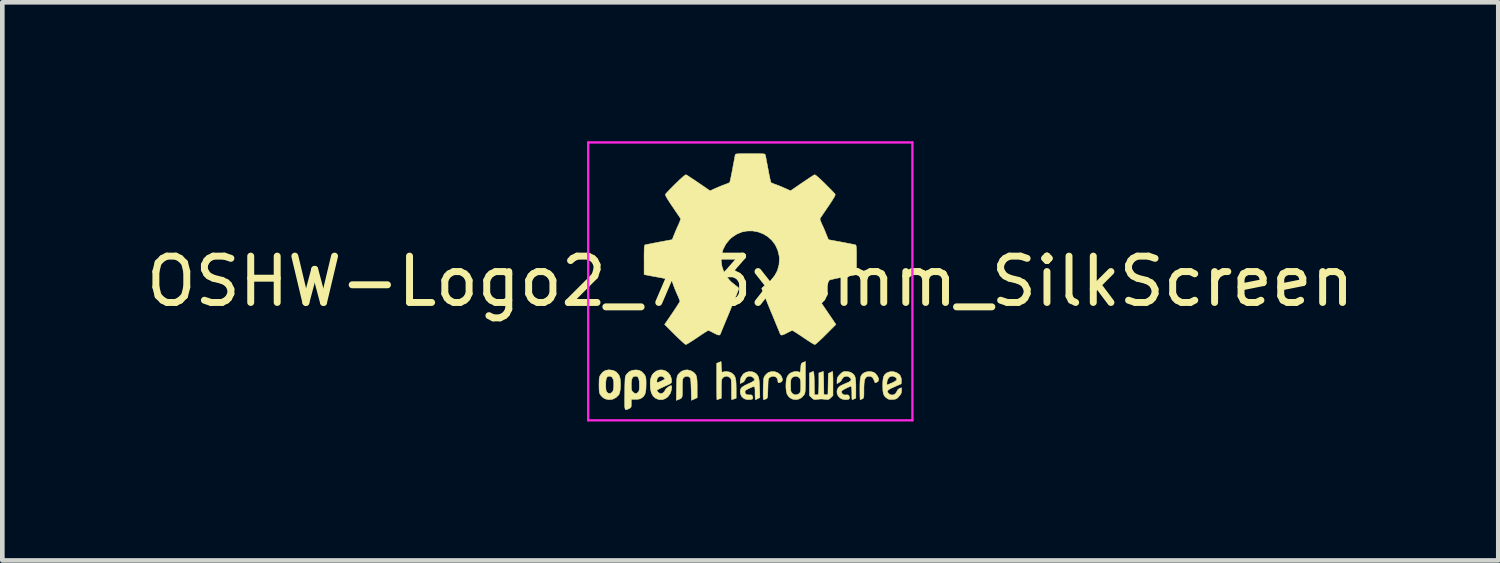
<source format=kicad_pcb>
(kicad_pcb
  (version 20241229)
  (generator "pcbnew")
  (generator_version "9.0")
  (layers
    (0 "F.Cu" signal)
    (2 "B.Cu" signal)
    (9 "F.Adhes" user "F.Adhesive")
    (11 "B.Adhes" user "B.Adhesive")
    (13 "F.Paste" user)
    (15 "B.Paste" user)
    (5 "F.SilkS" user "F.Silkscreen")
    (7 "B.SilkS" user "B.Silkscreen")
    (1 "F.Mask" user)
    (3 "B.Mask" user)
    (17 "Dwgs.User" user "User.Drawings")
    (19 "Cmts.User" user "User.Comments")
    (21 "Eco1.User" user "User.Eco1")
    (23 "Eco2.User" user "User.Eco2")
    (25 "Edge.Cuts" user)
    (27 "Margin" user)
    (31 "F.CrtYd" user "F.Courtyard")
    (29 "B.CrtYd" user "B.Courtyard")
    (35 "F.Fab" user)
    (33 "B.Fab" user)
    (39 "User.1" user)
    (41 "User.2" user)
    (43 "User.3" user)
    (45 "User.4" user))
  (footprint "OSHW-Logo2_7.3x6mm_SilkScreen"
    (layer "F.Cu")
    (at 13.149 3.025)
    (property "Reference" "OSHW-Logo2_7.3x6mm_SilkScreen" (at 0 0 0) (layer "F.SilkS") (effects (font (size 1 1) (thickness 0.15))))
    (attr board_only exclude_from_pos_files exclude_from_bom)
    (fp_poly (pts (xy 2.653 1.959) (xy 2.67 1.966) (xy 2.711 1.999) (xy 2.747 2.047) (xy 2.769 2.097) (xy 2.772 2.122) (xy 2.76 2.157) (xy 2.734 2.175) (xy 2.706 2.187) (xy 2.693 2.189) (xy 2.687 2.174) (xy 2.674 2.141) (xy 2.669 2.127) (xy 2.639 2.076) (xy 2.595 2.05) (xy 2.538 2.051) (xy 2.534 2.052) (xy 2.504 2.067) (xy 2.481 2.094) (xy 2.466 2.139) (xy 2.457 2.205) (xy 2.453 2.294) (xy 2.453 2.341) (xy 2.453 2.416) (xy 2.452 2.467) (xy 2.448 2.499) (xy 2.442 2.518) (xy 2.432 2.529) (xy 2.417 2.537) (xy 2.416 2.538) (xy 2.387 2.55) (xy 2.372 2.555) (xy 2.37 2.541) (xy 2.368 2.503) (xy 2.367 2.446) (xy 2.366 2.374) (xy 2.366 2.322) (xy 2.367 2.22) (xy 2.37 2.143) (xy 2.377 2.086) (xy 2.389 2.045) (xy 2.407 2.014) (xy 2.432 1.99) (xy 2.457 1.973) (xy 2.517 1.951) (xy 2.587 1.946) (xy 2.653 1.959)) (stroke (width 0.01) (type solid)) (fill yes) (layer "F.SilkS"))
    (fp_poly (pts (xy -1.284 1.928) (xy -1.237 1.955) (xy -1.205 1.981) (xy -1.181 2.009) (xy -1.165 2.044) (xy -1.155 2.089) (xy -1.149 2.151) (xy -1.147 2.234) (xy -1.147 2.293) (xy -1.147 2.512) (xy -1.208 2.54) (xy -1.27 2.568) (xy -1.277 2.328) (xy -1.28 2.238) (xy -1.283 2.173) (xy -1.287 2.128) (xy -1.293 2.099) (xy -1.3 2.081) (xy -1.31 2.07) (xy -1.313 2.067) (xy -1.36 2.048) (xy -1.408 2.056) (xy -1.437 2.076) (xy -1.449 2.09) (xy -1.457 2.108) (xy -1.462 2.136) (xy -1.465 2.179) (xy -1.466 2.242) (xy -1.466 2.307) (xy -1.466 2.389) (xy -1.467 2.447) (xy -1.472 2.486) (xy -1.482 2.512) (xy -1.499 2.528) (xy -1.525 2.541) (xy -1.56 2.554) (xy -1.598 2.569) (xy -1.594 2.311) (xy -1.592 2.219) (xy -1.59 2.15) (xy -1.587 2.101) (xy -1.582 2.066) (xy -1.575 2.042) (xy -1.566 2.022) (xy -1.554 2.005) (xy -1.499 1.95) (xy -1.431 1.918) (xy -1.357 1.91) (xy -1.284 1.928)) (stroke (width 0.01) (type solid)) (fill yes) (layer "F.SilkS"))
    (fp_poly (pts (xy 0.53 1.95) (xy 0.596 1.974) (xy 0.649 2.017) (xy 0.67 2.047) (xy 0.693 2.103) (xy 0.692 2.143) (xy 0.669 2.17) (xy 0.66 2.175) (xy 0.622 2.189) (xy 0.602 2.185) (xy 0.595 2.161) (xy 0.595 2.148) (xy 0.583 2.099) (xy 0.551 2.065) (xy 0.508 2.048) (xy 0.459 2.053) (xy 0.419 2.074) (xy 0.405 2.087) (xy 0.396 2.101) (xy 0.389 2.124) (xy 0.385 2.159) (xy 0.383 2.212) (xy 0.381 2.288) (xy 0.38 2.312) (xy 0.378 2.394) (xy 0.376 2.451) (xy 0.372 2.49) (xy 0.367 2.513) (xy 0.359 2.526) (xy 0.347 2.535) (xy 0.339 2.538) (xy 0.307 2.55) (xy 0.288 2.555) (xy 0.282 2.541) (xy 0.278 2.5) (xy 0.277 2.431) (xy 0.278 2.334) (xy 0.278 2.319) (xy 0.28 2.23) (xy 0.283 2.165) (xy 0.286 2.119) (xy 0.292 2.087) (xy 0.3 2.064) (xy 0.311 2.044) (xy 0.317 2.035) (xy 0.35 1.998) (xy 0.388 1.969) (xy 0.392 1.966) (xy 0.459 1.946) (xy 0.53 1.95)) (stroke (width 0.01) (type solid)) (fill yes) (layer "F.SilkS"))
    (fp_poly (pts (xy -0.624 1.851) (xy -0.62 1.911) (xy -0.615 1.946) (xy -0.608 1.961) (xy -0.598 1.961) (xy -0.595 1.959) (xy -0.552 1.946) (xy -0.497 1.947) (xy -0.44 1.96) (xy -0.405 1.978) (xy -0.369 2.006) (xy -0.342 2.038) (xy -0.324 2.078) (xy -0.313 2.132) (xy -0.307 2.204) (xy -0.305 2.299) (xy -0.305 2.317) (xy -0.305 2.523) (xy -0.351 2.539) (xy -0.383 2.549) (xy -0.401 2.554) (xy -0.401 2.555) (xy -0.403 2.541) (xy -0.405 2.503) (xy -0.406 2.446) (xy -0.406 2.375) (xy -0.406 2.332) (xy -0.407 2.247) (xy -0.408 2.186) (xy -0.41 2.144) (xy -0.415 2.117) (xy -0.422 2.098) (xy -0.433 2.085) (xy -0.44 2.078) (xy -0.487 2.051) (xy -0.538 2.049) (xy -0.584 2.072) (xy -0.593 2.08) (xy -0.605 2.095) (xy -0.614 2.114) (xy -0.619 2.14) (xy -0.622 2.18) (xy -0.624 2.238) (xy -0.624 2.318) (xy -0.624 2.523) (xy -0.67 2.539) (xy -0.702 2.549) (xy -0.72 2.554) (xy -0.721 2.555) (xy -0.722 2.541) (xy -0.723 2.501) (xy -0.724 2.441) (xy -0.725 2.362) (xy -0.726 2.269) (xy -0.726 2.167) (xy -0.726 1.769) (xy -0.679 1.749) (xy -0.631 1.73) (xy -0.624 1.851)) (stroke (width 0.01) (type solid)) (fill yes) (layer "F.SilkS"))
    (fp_poly (pts (xy 1.78 1.959) (xy 1.782 1.997) (xy 1.784 2.055) (xy 1.785 2.128) (xy 1.785 2.205) (xy 1.785 2.465) (xy 1.739 2.511) (xy 1.708 2.539) (xy 1.68 2.551) (xy 1.642 2.55) (xy 1.627 2.548) (xy 1.58 2.543) (xy 1.541 2.54) (xy 1.531 2.54) (xy 1.499 2.541) (xy 1.453 2.546) (xy 1.436 2.548) (xy 1.392 2.552) (xy 1.363 2.544) (xy 1.334 2.521) (xy 1.323 2.511) (xy 1.277 2.465) (xy 1.277 1.979) (xy 1.314 1.962) (xy 1.346 1.949) (xy 1.365 1.945) (xy 1.369 1.959) (xy 1.374 1.997) (xy 1.378 2.056) (xy 1.381 2.132) (xy 1.382 2.195) (xy 1.386 2.446) (xy 1.421 2.451) (xy 1.452 2.447) (xy 1.468 2.436) (xy 1.472 2.415) (xy 1.476 2.371) (xy 1.478 2.309) (xy 1.48 2.235) (xy 1.48 2.197) (xy 1.48 1.977) (xy 1.526 1.961) (xy 1.559 1.95) (xy 1.576 1.945) (xy 1.577 1.945) (xy 1.578 1.959) (xy 1.58 1.997) (xy 1.582 2.054) (xy 1.584 2.127) (xy 1.585 2.195) (xy 1.589 2.446) (xy 1.676 2.446) (xy 1.68 2.217) (xy 1.684 1.989) (xy 1.727 1.967) (xy 1.758 1.952) (xy 1.777 1.945) (xy 1.777 1.945) (xy 1.78 1.959)) (stroke (width 0.01) (type solid)) (fill yes) (layer "F.SilkS"))
    (fp_poly (pts (xy -2.959 1.922) (xy -2.891 1.958) (xy -2.841 2.015) (xy -2.823 2.052) (xy -2.809 2.108) (xy -2.802 2.178) (xy -2.801 2.255) (xy -2.807 2.33) (xy -2.818 2.394) (xy -2.834 2.441) (xy -2.839 2.449) (xy -2.9 2.509) (xy -2.971 2.545) (xy -3.049 2.555) (xy -3.127 2.539) (xy -3.149 2.529) (xy -3.192 2.499) (xy -3.229 2.459) (xy -3.233 2.454) (xy -3.247 2.43) (xy -3.257 2.404) (xy -3.262 2.37) (xy -3.265 2.321) (xy -3.266 2.251) (xy -3.266 2.235) (xy -3.266 2.23) (xy -3.121 2.23) (xy -3.12 2.296) (xy -3.116 2.34) (xy -3.109 2.369) (xy -3.098 2.388) (xy -3.092 2.395) (xy -3.057 2.42) (xy -3.023 2.419) (xy -2.989 2.397) (xy -2.969 2.374) (xy -2.957 2.34) (xy -2.95 2.288) (xy -2.949 2.281) (xy -2.948 2.186) (xy -2.96 2.114) (xy -2.985 2.068) (xy -3.023 2.048) (xy -3.037 2.047) (xy -3.073 2.052) (xy -3.097 2.072) (xy -3.112 2.109) (xy -3.119 2.168) (xy -3.121 2.23) (xy -3.266 2.23) (xy -3.265 2.16) (xy -3.263 2.108) (xy -3.258 2.072) (xy -3.249 2.045) (xy -3.236 2.022) (xy -3.233 2.017) (xy -3.184 1.958) (xy -3.13 1.924) (xy -3.064 1.91) (xy -3.042 1.91) (xy -2.959 1.922)) (stroke (width 0.01) (type solid)) (fill yes) (layer "F.SilkS"))
    (fp_poly (pts (xy 3.154 1.967) (xy 3.211 2.004) (xy 3.239 2.038) (xy 3.261 2.099) (xy 3.262 2.147) (xy 3.258 2.212) (xy 3.11 2.277) (xy 3.037 2.31) (xy 2.99 2.337) (xy 2.966 2.36) (xy 2.961 2.383) (xy 2.975 2.407) (xy 2.99 2.424) (xy 3.034 2.45) (xy 3.081 2.452) (xy 3.125 2.432) (xy 3.157 2.391) (xy 3.163 2.376) (xy 3.191 2.331) (xy 3.222 2.312) (xy 3.266 2.296) (xy 3.266 2.358) (xy 3.262 2.4) (xy 3.247 2.436) (xy 3.215 2.477) (xy 3.211 2.482) (xy 3.176 2.519) (xy 3.145 2.538) (xy 3.108 2.547) (xy 3.076 2.55) (xy 3.02 2.551) (xy 2.981 2.542) (xy 2.956 2.528) (xy 2.917 2.497) (xy 2.89 2.465) (xy 2.873 2.423) (xy 2.863 2.368) (xy 2.86 2.291) (xy 2.859 2.253) (xy 2.86 2.206) (xy 2.948 2.206) (xy 2.949 2.231) (xy 2.952 2.235) (xy 2.968 2.23) (xy 3.004 2.215) (xy 3.052 2.194) (xy 3.062 2.19) (xy 3.123 2.159) (xy 3.157 2.132) (xy 3.164 2.106) (xy 3.146 2.08) (xy 3.132 2.069) (xy 3.079 2.046) (xy 3.03 2.05) (xy 2.989 2.078) (xy 2.961 2.127) (xy 2.952 2.166) (xy 2.948 2.206) (xy 2.86 2.206) (xy 2.861 2.162) (xy 2.868 2.095) (xy 2.882 2.047) (xy 2.904 2.011) (xy 2.937 1.983) (xy 2.951 1.973) (xy 3.015 1.95) (xy 3.085 1.948) (xy 3.154 1.967)) (stroke (width 0.01) (type solid)) (fill yes) (layer "F.SilkS"))
    (fp_poly (pts (xy 1.19 2.065) (xy 1.19 2.174) (xy 1.189 2.257) (xy 1.188 2.32) (xy 1.185 2.365) (xy 1.181 2.397) (xy 1.175 2.421) (xy 1.167 2.439) (xy 1.161 2.449) (xy 1.112 2.506) (xy 1.049 2.541) (xy 0.98 2.554) (xy 0.911 2.542) (xy 0.869 2.522) (xy 0.826 2.485) (xy 0.796 2.441) (xy 0.779 2.383) (xy 0.77 2.306) (xy 0.769 2.25) (xy 0.769 2.246) (xy 0.871 2.246) (xy 0.871 2.311) (xy 0.874 2.354) (xy 0.881 2.382) (xy 0.893 2.402) (xy 0.906 2.417) (xy 0.953 2.447) (xy 1.004 2.449) (xy 1.051 2.425) (xy 1.055 2.421) (xy 1.071 2.404) (xy 1.081 2.383) (xy 1.086 2.352) (xy 1.088 2.305) (xy 1.089 2.252) (xy 1.088 2.185) (xy 1.085 2.141) (xy 1.078 2.112) (xy 1.066 2.091) (xy 1.057 2.08) (xy 1.013 2.052) (xy 0.962 2.049) (xy 0.914 2.07) (xy 0.904 2.078) (xy 0.889 2.096) (xy 0.879 2.117) (xy 0.873 2.148) (xy 0.871 2.196) (xy 0.871 2.246) (xy 0.769 2.246) (xy 0.773 2.159) (xy 0.785 2.09) (xy 0.807 2.039) (xy 0.842 1.998) (xy 0.869 1.978) (xy 0.919 1.956) (xy 0.976 1.945) (xy 1.03 1.948) (xy 1.06 1.959) (xy 1.071 1.962) (xy 1.079 1.951) (xy 1.084 1.919) (xy 1.089 1.871) (xy 1.093 1.817) (xy 1.099 1.784) (xy 1.111 1.766) (xy 1.131 1.754) (xy 1.143 1.748) (xy 1.19 1.729) (xy 1.19 2.065)) (stroke (width 0.01) (type solid)) (fill yes) (layer "F.SilkS"))
    (fp_poly (pts (xy -1.832 1.931) (xy -1.774 1.97) (xy -1.73 2.025) (xy -1.704 2.096) (xy -1.698 2.148) (xy -1.699 2.17) (xy -1.704 2.187) (xy -1.718 2.201) (xy -1.745 2.218) (xy -1.79 2.239) (xy -1.857 2.269) (xy -1.858 2.27) (xy -1.92 2.298) (xy -1.97 2.323) (xy -2.005 2.342) (xy -2.017 2.353) (xy -2.017 2.353) (xy -2.006 2.376) (xy -1.98 2.402) (xy -1.949 2.42) (xy -1.934 2.424) (xy -1.891 2.411) (xy -1.855 2.379) (xy -1.837 2.345) (xy -1.82 2.319) (xy -1.787 2.29) (xy -1.748 2.264) (xy -1.713 2.25) (xy -1.706 2.25) (xy -1.698 2.262) (xy -1.697 2.294) (xy -1.703 2.337) (xy -1.715 2.383) (xy -1.73 2.423) (xy -1.731 2.424) (xy -1.777 2.489) (xy -1.837 2.533) (xy -1.906 2.555) (xy -1.976 2.552) (xy -2.044 2.524) (xy -2.047 2.522) (xy -2.101 2.473) (xy -2.136 2.41) (xy -2.155 2.327) (xy -2.158 2.304) (xy -2.162 2.194) (xy -2.157 2.143) (xy -2.017 2.143) (xy -2.016 2.175) (xy -2.006 2.184) (xy -1.981 2.177) (xy -1.942 2.161) (xy -1.899 2.14) (xy -1.898 2.139) (xy -1.861 2.12) (xy -1.846 2.107) (xy -1.85 2.093) (xy -1.865 2.076) (xy -1.904 2.05) (xy -1.946 2.048) (xy -1.984 2.067) (xy -2.01 2.103) (xy -2.017 2.143) (xy -2.157 2.143) (xy -2.153 2.106) (xy -2.128 2.036) (xy -2.095 1.987) (xy -2.033 1.938) (xy -1.966 1.913) (xy -1.897 1.912) (xy -1.832 1.931)) (stroke (width 0.01) (type solid)) (fill yes) (layer "F.SilkS"))
    (fp_poly (pts (xy 0.04 1.951) (xy 0.097 1.972) (xy 0.097 1.972) (xy 0.132 1.998) (xy 0.158 2.029) (xy 0.177 2.068) (xy 0.189 2.121) (xy 0.196 2.194) (xy 0.2 2.289) (xy 0.201 2.303) (xy 0.206 2.509) (xy 0.162 2.532) (xy 0.13 2.547) (xy 0.11 2.554) (xy 0.11 2.555) (xy 0.106 2.541) (xy 0.104 2.505) (xy 0.102 2.451) (xy 0.102 2.408) (xy 0.102 2.339) (xy 0.098 2.295) (xy 0.087 2.274) (xy 0.064 2.273) (xy 0.022 2.289) (xy -0.04 2.318) (xy -0.086 2.342) (xy -0.109 2.363) (xy -0.116 2.386) (xy -0.116 2.387) (xy -0.105 2.426) (xy -0.071 2.447) (xy -0.019 2.451) (xy 0.018 2.45) (xy 0.038 2.461) (xy 0.05 2.487) (xy 0.057 2.519) (xy 0.047 2.538) (xy 0.043 2.541) (xy 0.007 2.551) (xy -0.043 2.553) (xy -0.095 2.546) (xy -0.132 2.533) (xy -0.183 2.49) (xy -0.212 2.429) (xy -0.218 2.382) (xy -0.213 2.34) (xy -0.198 2.305) (xy -0.166 2.275) (xy -0.115 2.244) (xy -0.041 2.209) (xy -0.036 2.207) (xy 0.031 2.176) (xy 0.072 2.151) (xy 0.09 2.128) (xy 0.086 2.105) (xy 0.063 2.078) (xy 0.056 2.072) (xy 0.009 2.048) (xy -0.04 2.049) (xy -0.082 2.072) (xy -0.111 2.116) (xy -0.113 2.124) (xy -0.139 2.165) (xy -0.171 2.185) (xy -0.218 2.205) (xy -0.218 2.154) (xy -0.204 2.08) (xy -0.161 2.012) (xy -0.139 1.99) (xy -0.089 1.961) (xy -0.026 1.947) (xy 0.04 1.951)) (stroke (width 0.01) (type solid)) (fill yes) (layer "F.SilkS"))
    (fp_poly (pts (xy -2.4 1.92) (xy -2.345 1.948) (xy -2.296 1.998) (xy -2.282 2.017) (xy -2.268 2.042) (xy -2.258 2.069) (xy -2.253 2.105) (xy -2.25 2.156) (xy -2.25 2.224) (xy -2.252 2.318) (xy -2.261 2.388) (xy -2.277 2.44) (xy -2.303 2.48) (xy -2.34 2.513) (xy -2.342 2.515) (xy -2.379 2.535) (xy -2.422 2.545) (xy -2.478 2.547) (xy -2.569 2.547) (xy -2.569 2.635) (xy -2.57 2.684) (xy -2.575 2.713) (xy -2.588 2.73) (xy -2.614 2.745) (xy -2.62 2.748) (xy -2.649 2.762) (xy -2.672 2.77) (xy -2.688 2.771) (xy -2.7 2.761) (xy -2.707 2.737) (xy -2.712 2.696) (xy -2.713 2.636) (xy -2.713 2.553) (xy -2.712 2.445) (xy -2.711 2.413) (xy -2.71 2.302) (xy -2.709 2.229) (xy -2.569 2.229) (xy -2.568 2.29) (xy -2.565 2.331) (xy -2.557 2.358) (xy -2.543 2.378) (xy -2.533 2.388) (xy -2.495 2.418) (xy -2.46 2.42) (xy -2.425 2.396) (xy -2.424 2.395) (xy -2.409 2.376) (xy -2.401 2.351) (xy -2.396 2.312) (xy -2.395 2.252) (xy -2.395 2.238) (xy -2.398 2.156) (xy -2.409 2.099) (xy -2.429 2.064) (xy -2.458 2.048) (xy -2.476 2.047) (xy -2.516 2.054) (xy -2.544 2.078) (xy -2.561 2.123) (xy -2.568 2.191) (xy -2.569 2.229) (xy -2.709 2.229) (xy -2.708 2.215) (xy -2.706 2.15) (xy -2.704 2.103) (xy -2.7 2.069) (xy -2.694 2.045) (xy -2.687 2.028) (xy -2.677 2.012) (xy -2.673 2.006) (xy -2.619 1.951) (xy -2.55 1.92) (xy -2.47 1.911) (xy -2.4 1.92)) (stroke (width 0.01) (type solid)) (fill yes) (layer "F.SilkS"))
    (fp_poly (pts (xy 2.145 1.956) (xy 2.187 1.975) (xy 2.219 1.998) (xy 2.244 2.024) (xy 2.26 2.057) (xy 2.271 2.103) (xy 2.276 2.165) (xy 2.279 2.249) (xy 2.279 2.305) (xy 2.279 2.521) (xy 2.242 2.538) (xy 2.213 2.55) (xy 2.198 2.555) (xy 2.195 2.541) (xy 2.193 2.505) (xy 2.192 2.452) (xy 2.192 2.409) (xy 2.19 2.348) (xy 2.187 2.3) (xy 2.182 2.271) (xy 2.178 2.264) (xy 2.153 2.271) (xy 2.112 2.287) (xy 2.066 2.309) (xy 2.021 2.333) (xy 1.986 2.355) (xy 1.97 2.37) (xy 1.97 2.37) (xy 1.971 2.397) (xy 1.984 2.423) (xy 2.006 2.444) (xy 2.038 2.451) (xy 2.065 2.451) (xy 2.104 2.45) (xy 2.124 2.459) (xy 2.136 2.483) (xy 2.138 2.488) (xy 2.143 2.522) (xy 2.129 2.543) (xy 2.092 2.552) (xy 2.052 2.554) (xy 1.981 2.541) (xy 1.943 2.521) (xy 1.898 2.476) (xy 1.873 2.42) (xy 1.871 2.361) (xy 1.892 2.306) (xy 1.923 2.271) (xy 1.953 2.252) (xy 2.002 2.228) (xy 2.058 2.203) (xy 2.068 2.199) (xy 2.13 2.172) (xy 2.166 2.148) (xy 2.177 2.124) (xy 2.167 2.097) (xy 2.148 2.076) (xy 2.104 2.05) (xy 2.056 2.048) (xy 2.012 2.068) (xy 1.981 2.108) (xy 1.977 2.118) (xy 1.952 2.156) (xy 1.917 2.184) (xy 1.872 2.207) (xy 1.872 2.141) (xy 1.875 2.102) (xy 1.886 2.07) (xy 1.911 2.036) (xy 1.935 2.01) (xy 1.972 1.974) (xy 2.001 1.954) (xy 2.033 1.946) (xy 2.068 1.945) (xy 2.145 1.956)) (stroke (width 0.01) (type solid)) (fill yes) (layer "F.SilkS"))
    (fp_poly (pts (xy 0.104 -2.758) (xy 0.182 -2.757) (xy 0.239 -2.756) (xy 0.278 -2.754) (xy 0.303 -2.75) (xy 0.316 -2.744) (xy 0.323 -2.737) (xy 0.326 -2.726) (xy 0.327 -2.725) (xy 0.332 -2.701) (xy 0.341 -2.653) (xy 0.353 -2.587) (xy 0.368 -2.508) (xy 0.385 -2.42) (xy 0.385 -2.417) (xy 0.401 -2.331) (xy 0.417 -2.255) (xy 0.43 -2.194) (xy 0.44 -2.152) (xy 0.446 -2.133) (xy 0.447 -2.133) (xy 0.465 -2.124) (xy 0.502 -2.109) (xy 0.551 -2.091) (xy 0.552 -2.091) (xy 0.613 -2.068) (xy 0.686 -2.038) (xy 0.754 -2.008) (xy 0.757 -2.007) (xy 0.869 -1.956) (xy 1.115 -2.125) (xy 1.191 -2.176) (xy 1.26 -2.222) (xy 1.317 -2.26) (xy 1.359 -2.287) (xy 1.383 -2.301) (xy 1.385 -2.302) (xy 1.402 -2.298) (xy 1.434 -2.275) (xy 1.481 -2.235) (xy 1.546 -2.174) (xy 1.612 -2.11) (xy 1.676 -2.046) (xy 1.733 -1.989) (xy 1.78 -1.94) (xy 1.814 -1.904) (xy 1.83 -1.884) (xy 1.831 -1.883) (xy 1.833 -1.869) (xy 1.826 -1.847) (xy 1.809 -1.814) (xy 1.779 -1.765) (xy 1.737 -1.699) (xy 1.679 -1.614) (xy 1.629 -1.54) (xy 1.583 -1.473) (xy 1.546 -1.417) (xy 1.519 -1.378) (xy 1.506 -1.357) (xy 1.505 -1.356) (xy 1.507 -1.336) (xy 1.519 -1.298) (xy 1.54 -1.248) (xy 1.547 -1.232) (xy 1.58 -1.162) (xy 1.614 -1.082) (xy 1.642 -1.012) (xy 1.663 -0.961) (xy 1.679 -0.922) (xy 1.688 -0.901) (xy 1.689 -0.9) (xy 1.706 -0.897) (xy 1.746 -0.89) (xy 1.804 -0.879) (xy 1.875 -0.866) (xy 1.952 -0.852) (xy 2.032 -0.837) (xy 2.107 -0.822) (xy 2.174 -0.809) (xy 2.227 -0.799) (xy 2.26 -0.792) (xy 2.268 -0.79) (xy 2.276 -0.785) (xy 2.283 -0.774) (xy 2.287 -0.754) (xy 2.29 -0.72) (xy 2.292 -0.67) (xy 2.293 -0.599) (xy 2.293 -0.504) (xy 2.293 -0.465) (xy 2.293 -0.147) (xy 2.217 -0.132) (xy 2.175 -0.124) (xy 2.111 -0.112) (xy 2.035 -0.098) (xy 1.953 -0.083) (xy 1.93 -0.079) (xy 1.855 -0.064) (xy 1.789 -0.049) (xy 1.738 -0.037) (xy 1.709 -0.027) (xy 1.704 -0.024) (xy 1.691 -0.003) (xy 1.674 0.038) (xy 1.655 0.09) (xy 1.651 0.102) (xy 1.625 0.172) (xy 1.594 0.25) (xy 1.563 0.321) (xy 1.563 0.322) (xy 1.511 0.433) (xy 1.68 0.681) (xy 1.849 0.93) (xy 1.632 1.147) (xy 1.567 1.212) (xy 1.507 1.269) (xy 1.456 1.315) (xy 1.418 1.348) (xy 1.396 1.363) (xy 1.392 1.364) (xy 1.374 1.356) (xy 1.335 1.335) (xy 1.281 1.301) (xy 1.216 1.259) (xy 1.146 1.212) (xy 1.075 1.164) (xy 1.011 1.122) (xy 0.959 1.089) (xy 0.923 1.067) (xy 0.907 1.06) (xy 0.887 1.066) (xy 0.85 1.083) (xy 0.803 1.107) (xy 0.798 1.11) (xy 0.734 1.142) (xy 0.69 1.158) (xy 0.663 1.158) (xy 0.649 1.143) (xy 0.649 1.143) (xy 0.642 1.126) (xy 0.625 1.085) (xy 0.6 1.024) (xy 0.567 0.945) (xy 0.529 0.852) (xy 0.486 0.748) (xy 0.444 0.648) (xy 0.399 0.537) (xy 0.357 0.434) (xy 0.32 0.342) (xy 0.289 0.265) (xy 0.266 0.206) (xy 0.251 0.167) (xy 0.247 0.153) (xy 0.258 0.136) (xy 0.287 0.11) (xy 0.326 0.081) (xy 0.437 -0.011) (xy 0.523 -0.116) (xy 0.585 -0.233) (xy 0.62 -0.358) (xy 0.628 -0.49) (xy 0.622 -0.552) (xy 0.591 -0.678) (xy 0.538 -0.79) (xy 0.466 -0.886) (xy 0.378 -0.965) (xy 0.278 -1.026) (xy 0.168 -1.067) (xy 0.053 -1.089) (xy -0.065 -1.088) (xy -0.181 -1.066) (xy -0.294 -1.019) (xy -0.4 -0.948) (xy -0.444 -0.908) (xy -0.528 -0.805) (xy -0.587 -0.692) (xy -0.62 -0.573) (xy -0.629 -0.451) (xy -0.613 -0.329) (xy -0.573 -0.211) (xy -0.51 -0.1) (xy -0.423 0.002) (xy -0.326 0.081) (xy -0.286 0.111) (xy -0.257 0.137) (xy -0.247 0.153) (xy -0.252 0.17) (xy -0.267 0.21) (xy -0.291 0.272) (xy -0.323 0.35) (xy -0.36 0.443) (xy -0.403 0.546) (xy -0.444 0.648) (xy -0.49 0.759) (xy -0.533 0.862) (xy -0.571 0.953) (xy -0.603 1.03) (xy -0.627 1.09) (xy -0.643 1.129) (xy -0.649 1.143) (xy -0.663 1.158) (xy -0.69 1.158) (xy -0.734 1.142) (xy -0.797 1.11) (xy -0.798 1.11) (xy -0.845 1.085) (xy -0.884 1.067) (xy -0.906 1.06) (xy -0.907 1.06) (xy -0.923 1.067) (xy -0.96 1.089) (xy -1.012 1.122) (xy -1.075 1.164) (xy -1.146 1.212) (xy -1.218 1.26) (xy -1.283 1.302) (xy -1.336 1.335) (xy -1.374 1.357) (xy -1.392 1.364) (xy -1.409 1.354) (xy -1.443 1.327) (xy -1.49 1.284) (xy -1.547 1.231) (xy -1.612 1.168) (xy -1.633 1.147) (xy -1.85 0.93) (xy -1.684 0.687) (xy -1.634 0.613) (xy -1.59 0.546) (xy -1.555 0.491) (xy -1.53 0.451) (xy -1.519 0.43) (xy -1.519 0.429) (xy -1.525 0.409) (xy -1.54 0.37) (xy -1.562 0.317) (xy -1.578 0.282) (xy -1.607 0.215) (xy -1.635 0.147) (xy -1.656 0.09) (xy -1.662 0.073) (xy -1.679 0.026) (xy -1.695 -0.01) (xy -1.704 -0.024) (xy -1.723 -0.032) (xy -1.766 -0.044) (xy -1.826 -0.058) (xy -1.898 -0.073) (xy -1.93 -0.079) (xy -2.012 -0.094) (xy -2.091 -0.108) (xy -2.159 -0.121) (xy -2.208 -0.13) (xy -2.217 -0.132) (xy -2.293 -0.147) (xy -2.293 -0.465) (xy -2.293 -0.569) (xy -2.292 -0.648) (xy -2.291 -0.705) (xy -2.288 -0.744) (xy -2.284 -0.769) (xy -2.279 -0.782) (xy -2.271 -0.789) (xy -2.268 -0.79) (xy -2.249 -0.794) (xy -2.207 -0.802) (xy -2.148 -0.814) (xy -2.077 -0.828) (xy -1.999 -0.843) (xy -1.92 -0.858) (xy -1.845 -0.872) (xy -1.779 -0.884) (xy -1.727 -0.894) (xy -1.696 -0.899) (xy -1.689 -0.9) (xy -1.683 -0.912) (xy -1.669 -0.946) (xy -1.65 -0.994) (xy -1.642 -1.012) (xy -1.613 -1.085) (xy -1.578 -1.165) (xy -1.547 -1.232) (xy -1.525 -1.284) (xy -1.51 -1.326) (xy -1.504 -1.352) (xy -1.505 -1.356) (xy -1.516 -1.372) (xy -1.54 -1.409) (xy -1.576 -1.461) (xy -1.62 -1.526) (xy -1.67 -1.6) (xy -1.68 -1.614) (xy -1.738 -1.7) (xy -1.78 -1.766) (xy -1.809 -1.814) (xy -1.826 -1.847) (xy -1.833 -1.869) (xy -1.831 -1.883) (xy -1.831 -1.883) (xy -1.816 -1.901) (xy -1.785 -1.935) (xy -1.739 -1.983) (xy -1.683 -2.04) (xy -1.62 -2.103) (xy -1.612 -2.11) (xy -1.533 -2.187) (xy -1.471 -2.244) (xy -1.427 -2.281) (xy -1.398 -2.3) (xy -1.385 -2.302) (xy -1.367 -2.292) (xy -1.328 -2.267) (xy -1.274 -2.231) (xy -1.207 -2.187) (xy -1.133 -2.137) (xy -1.115 -2.125) (xy -0.869 -1.956) (xy -0.757 -2.007) (xy -0.69 -2.036) (xy -0.617 -2.066) (xy -0.554 -2.09) (xy -0.552 -2.091) (xy -0.503 -2.109) (xy -0.465 -2.124) (xy -0.447 -2.133) (xy -0.447 -2.133) (xy -0.441 -2.149) (xy -0.431 -2.19) (xy -0.418 -2.25) (xy -0.403 -2.325) (xy -0.386 -2.41) (xy -0.385 -2.417) (xy -0.369 -2.505) (xy -0.354 -2.585) (xy -0.341 -2.651) (xy -0.332 -2.7) (xy -0.327 -2.725) (xy -0.327 -2.725) (xy -0.323 -2.736) (xy -0.317 -2.744) (xy -0.305 -2.75) (xy -0.281 -2.753) (xy -0.244 -2.756) (xy -0.19 -2.757) (xy -0.114 -2.758) (xy -0.013 -2.758) (xy 0 -2.758) (xy 0.104 -2.758)) (stroke (width 0.01) (type solid)) (fill yes) (layer "F.SilkS"))
    (fp_line (start -3.5 -3) (end 3.5 -3) (stroke (width 0.05) (type default)) (layer "F.CrtYd"))
    (fp_line (start -3.5 3) (end -3.5 -3) (stroke (width 0.05) (type default)) (layer "F.CrtYd"))
    (fp_line (start 3.5 -3) (end 3.5 3) (stroke (width 0.05) (type default)) (layer "F.CrtYd"))
    (fp_line (start 3.5 3) (end -3.5 3) (stroke (width 0.05) (type default)) (layer "F.CrtYd")))
  (gr_rect
    (start -3 -3)
    (end 29.298 9.05)
    (stroke (width 0.1) (type default))
    (fill no)
    (layer "Edge.Cuts")))
</source>
